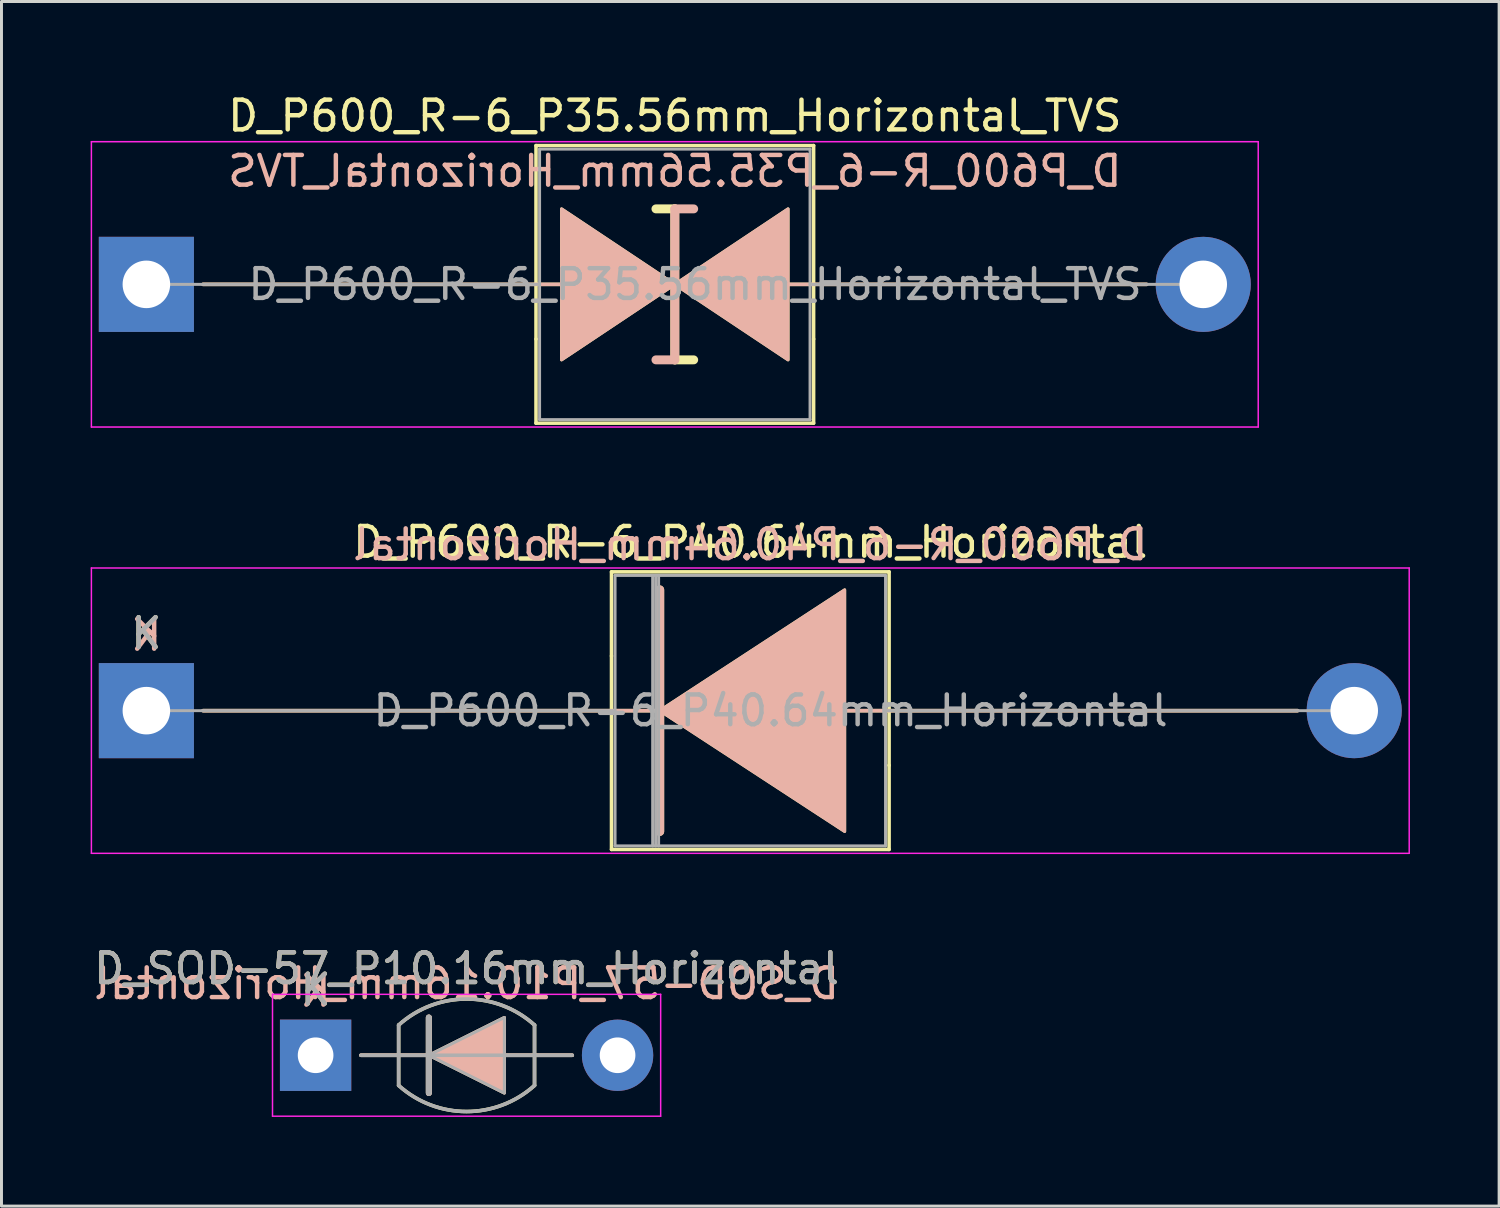
<source format=kicad_pcb>
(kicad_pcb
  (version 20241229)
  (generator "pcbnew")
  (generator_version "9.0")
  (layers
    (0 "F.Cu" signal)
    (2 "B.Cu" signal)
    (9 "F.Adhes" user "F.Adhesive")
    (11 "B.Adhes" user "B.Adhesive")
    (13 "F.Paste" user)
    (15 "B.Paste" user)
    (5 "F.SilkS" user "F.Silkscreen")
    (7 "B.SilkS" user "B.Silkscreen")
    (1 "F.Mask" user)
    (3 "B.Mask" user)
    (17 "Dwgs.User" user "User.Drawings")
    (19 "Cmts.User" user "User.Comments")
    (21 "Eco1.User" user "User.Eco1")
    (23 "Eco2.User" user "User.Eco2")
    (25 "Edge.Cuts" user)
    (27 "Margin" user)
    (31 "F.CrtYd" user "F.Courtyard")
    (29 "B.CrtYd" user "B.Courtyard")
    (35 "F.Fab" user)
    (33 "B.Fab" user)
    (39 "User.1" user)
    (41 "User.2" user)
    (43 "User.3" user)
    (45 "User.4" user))
  (footprint "D_P600_R-6_P35.56mm_Horizontal_TVS"
    (layer "F.Cu")
    (at 1.875 6.518)
    (property "Reference" "D_P600_R-6_P35.56mm_Horizontal_TVS" (at 17.78 -5.67 0) (layer "F.SilkS") (effects (font (size 1 1) (thickness 0.15))))
    (fp_line (start 1.905 0) (end 13.97 0) (stroke (width 0.12) (type solid)) (layer "F.SilkS"))
    (fp_line (start 13.11 -4.67) (end 22.45 -4.67) (stroke (width 0.12) (type solid)) (layer "F.SilkS"))
    (fp_line (start 13.11 1.84) (end 13.11 -4.67) (stroke (width 0.12) (type solid)) (layer "F.SilkS"))
    (fp_line (start 13.11 1.84) (end 13.11 4.67) (stroke (width 0.12) (type solid)) (layer "F.SilkS"))
    (fp_line (start 13.11 4.67) (end 22.45 4.67) (stroke (width 0.12) (type solid)) (layer "F.SilkS"))
    (fp_line (start 17.78 -2.54) (end 17.145 -2.54) (stroke (width 0.3) (type solid)) (layer "F.SilkS"))
    (fp_line (start 17.78 2.54) (end 17.78 -2.54) (stroke (width 0.3) (type solid)) (layer "F.SilkS"))
    (fp_line (start 18.415 2.54) (end 17.78 2.54) (stroke (width 0.3) (type solid)) (layer "F.SilkS"))
    (fp_line (start 22.45 -4.67) (end 22.45 1.84) (stroke (width 0.12) (type solid)) (layer "F.SilkS"))
    (fp_line (start 22.45 4.67) (end 22.45 1.84) (stroke (width 0.12) (type solid)) (layer "F.SilkS"))
    (fp_line (start 33.655 0) (end 21.59 0) (stroke (width 0.12) (type solid)) (layer "F.SilkS"))
    (fp_poly (pts (xy 17.78 0) (xy 13.97 2.54) (xy 13.97 -2.54)) (stroke (width 0.1) (type solid)) (fill yes) (layer "F.SilkS"))
    (fp_poly (pts (xy 17.78 0) (xy 21.59 -2.54) (xy 21.59 2.54)) (stroke (width 0.1) (type solid)) (fill yes) (layer "F.SilkS"))
    (fp_line (start 1.905 0) (end 13.97 0) (stroke (width 0.12) (type solid)) (layer "B.SilkS"))
    (fp_line (start 17.78 -2.54) (end 17.78 2.54) (stroke (width 0.3) (type solid)) (layer "B.SilkS"))
    (fp_line (start 17.78 2.54) (end 17.145 2.54) (stroke (width 0.3) (type solid)) (layer "B.SilkS"))
    (fp_line (start 18.415 -2.54) (end 17.78 -2.54) (stroke (width 0.3) (type solid)) (layer "B.SilkS"))
    (fp_line (start 33.655 0) (end 21.59 0) (stroke (width 0.12) (type solid)) (layer "B.SilkS"))
    (fp_poly (pts (xy 17.78 0) (xy 13.97 -2.54) (xy 13.97 2.54)) (stroke (width 0.1) (type solid)) (fill yes) (layer "B.SilkS"))
    (fp_poly (pts (xy 17.78 0) (xy 21.59 2.54) (xy 21.59 -2.54)) (stroke (width 0.1) (type solid)) (fill yes) (layer "B.SilkS"))
    (fp_line (start -1.85 -4.8) (end -1.85 4.8) (stroke (width 0.05) (type solid)) (layer "F.CrtYd"))
    (fp_line (start -1.85 4.8) (end 37.41 4.8) (stroke (width 0.05) (type solid)) (layer "F.CrtYd"))
    (fp_line (start 37.41 -4.8) (end -1.85 -4.8) (stroke (width 0.05) (type solid)) (layer "F.CrtYd"))
    (fp_line (start 37.41 4.8) (end 37.41 -4.8) (stroke (width 0.05) (type solid)) (layer "F.CrtYd"))
    (fp_line (start 0 0) (end 13.23 0) (stroke (width 0.1) (type solid)) (layer "F.Fab"))
    (fp_line (start 13.23 -4.55) (end 13.23 4.55) (stroke (width 0.1) (type solid)) (layer "F.Fab"))
    (fp_line (start 13.23 4.55) (end 22.33 4.55) (stroke (width 0.1) (type solid)) (layer "F.Fab"))
    (fp_line (start 22.33 -4.55) (end 13.23 -4.55) (stroke (width 0.1) (type solid)) (layer "F.Fab"))
    (fp_line (start 22.33 4.55) (end 22.33 -4.55) (stroke (width 0.1) (type solid)) (layer "F.Fab"))
    (fp_line (start 35.56 0) (end 22.33 0) (stroke (width 0.1) (type solid)) (layer "F.Fab"))
    (fp_text user "${REFERENCE}" (at 17.78 -3.81 0) (layer "B.SilkS") (effects (font (size 1 1) (thickness 0.15)) (justify mirror)))
    (fp_text user "${REFERENCE}" (at 18.462 0 0) (layer "F.Fab") (effects (font (size 1 1) (thickness 0.15))))
    (pad "1" thru_hole rect (at 0 0) (size 3.2 3.2) (drill 1.6) (layers "*.Cu" "*.Mask"))
    (pad "2" thru_hole oval (at 35.56 0) (size 3.2 3.2) (drill 1.6) (layers "*.Cu" "*.Mask")))
  (footprint "D_P600_R-6_P40.64mm_Horizontal"
    (layer "F.Cu")
    (at 1.875 20.861)
    (property "Reference" "D_P600_R-6_P40.64mm_Horizontal" (at 20.32 -5.67 0) (layer "F.SilkS") (effects (font (size 1 1) (thickness 0.15))))
    (fp_line (start 15.65 -4.67) (end 24.99 -4.67) (stroke (width 0.12) (type solid)) (layer "F.SilkS"))
    (fp_line (start 15.65 -1.84) (end 15.65 -4.67) (stroke (width 0.12) (type solid)) (layer "F.SilkS"))
    (fp_line (start 15.65 -1.84) (end 15.65 4.67) (stroke (width 0.12) (type solid)) (layer "F.SilkS"))
    (fp_line (start 15.65 4.67) (end 24.99 4.67) (stroke (width 0.12) (type solid)) (layer "F.SilkS"))
    (fp_line (start 17.145 0) (end 1.905 0) (stroke (width 0.12) (type solid)) (layer "F.SilkS"))
    (fp_line (start 17.272 -4.064) (end 17.272 4.064) (stroke (width 0.3) (type solid)) (layer "F.SilkS"))
    (fp_line (start 23.368 0) (end 38.735 0) (stroke (width 0.12) (type solid)) (layer "F.SilkS"))
    (fp_line (start 24.99 -4.67) (end 24.99 1.84) (stroke (width 0.12) (type solid)) (layer "F.SilkS"))
    (fp_line (start 24.99 4.67) (end 24.99 1.84) (stroke (width 0.12) (type solid)) (layer "F.SilkS"))
    (fp_poly (pts (xy 23.495 4.064) (xy 17.272 0) (xy 23.495 -4.064)) (stroke (width 0.1) (type solid)) (fill yes) (layer "F.SilkS"))
    (fp_line (start 17.145 0) (end 1.905 0) (stroke (width 0.12) (type solid)) (layer "B.SilkS"))
    (fp_line (start 17.272 4.064) (end 17.272 -4.064) (stroke (width 0.3) (type solid)) (layer "B.SilkS"))
    (fp_line (start 23.368 0) (end 38.735 0) (stroke (width 0.12) (type solid)) (layer "B.SilkS"))
    (fp_poly (pts (xy 23.495 -4.064) (xy 17.272 0) (xy 23.495 4.064)) (stroke (width 0.1) (type solid)) (fill yes) (layer "B.SilkS"))
    (fp_line (start -1.85 -4.8) (end -1.85 4.8) (stroke (width 0.05) (type solid)) (layer "F.CrtYd"))
    (fp_line (start -1.85 4.8) (end 42.49 4.8) (stroke (width 0.05) (type solid)) (layer "F.CrtYd"))
    (fp_line (start 42.49 -4.8) (end -1.85 -4.8) (stroke (width 0.05) (type solid)) (layer "F.CrtYd"))
    (fp_line (start 42.49 4.8) (end 42.49 -4.8) (stroke (width 0.05) (type solid)) (layer "F.CrtYd"))
    (fp_line (start 0 0) (end 15.77 0) (stroke (width 0.1) (type solid)) (layer "F.Fab"))
    (fp_line (start 15.77 -4.55) (end 15.77 4.55) (stroke (width 0.1) (type solid)) (layer "F.Fab"))
    (fp_line (start 15.77 4.55) (end 24.87 4.55) (stroke (width 0.1) (type solid)) (layer "F.Fab"))
    (fp_line (start 17.035 -4.55) (end 17.035 4.55) (stroke (width 0.1) (type solid)) (layer "F.Fab"))
    (fp_line (start 17.135 -4.55) (end 17.135 4.55) (stroke (width 0.1) (type solid)) (layer "F.Fab"))
    (fp_line (start 17.235 -4.55) (end 17.235 4.55) (stroke (width 0.1) (type solid)) (layer "F.Fab"))
    (fp_line (start 24.87 -4.55) (end 15.77 -4.55) (stroke (width 0.1) (type solid)) (layer "F.Fab"))
    (fp_line (start 24.87 4.55) (end 24.87 -4.55) (stroke (width 0.1) (type solid)) (layer "F.Fab"))
    (fp_line (start 40.64 0) (end 24.87 0) (stroke (width 0.1) (type solid)) (layer "F.Fab"))
    (fp_text user "K" (at 0 -2.6 0) (layer "F.SilkS") (effects (font (size 1 1) (thickness 0.15))))
    (fp_text user "K" (at 0 -2.54 0) (layer "B.SilkS") (effects (font (size 1 1) (thickness 0.15)) (justify mirror)))
    (fp_text user "${REFERENCE}" (at 20.32 -5.588 0) (layer "B.SilkS") (effects (font (size 1 1) (thickness 0.15)) (justify mirror)))
    (fp_text user "${REFERENCE}" (at 21.003 0 0) (layer "F.Fab") (effects (font (size 1 1) (thickness 0.15))))
    (fp_text user "K" (at 0 -2.6 0) (layer "F.Fab") (effects (font (size 1 1) (thickness 0.15))))
    (pad "1" thru_hole rect (at 0 0) (size 3.2 3.2) (drill 1.6) (layers "*.Cu" "*.Mask"))
    (pad "2" thru_hole oval (at 40.64 0) (size 3.2 3.2) (drill 1.6) (layers "*.Cu" "*.Mask")))
  (footprint "D_SOD-57_P10.16mm_Horizontal"
    (layer "F.Cu")
    (at 7.569 32.456)
    (property "Reference" "D_SOD-57_P10.16mm_Horizontal" (at 5.08 -2.92 0) (layer "F.SilkS") (effects (font (size 1 1) (thickness 0.15))))
    (fp_line (start 1.524 0) (end 8.636 0) (stroke (width 0.12) (type solid)) (layer "F.SilkS"))
    (fp_line (start 2.794 -1.016) (end 2.794 1.016) (stroke (width 0.12) (type solid)) (layer "F.SilkS"))
    (fp_line (start 3.81 1.27) (end 3.81 -1.27) (stroke (width 0.2) (type solid)) (layer "F.SilkS"))
    (fp_line (start 7.366 -1.016) (end 7.366 1.016) (stroke (width 0.12) (type solid)) (layer "F.SilkS"))
    (fp_arc (start 2.794 -1.016) (mid 5.079999 -1.89322) (end 7.365998 -1.016) (stroke (width 0.12) (type solid)) (layer "F.SilkS"))
    (fp_arc (start 7.366 1.016) (mid 5.080001 1.89322) (end 2.794002 1.016) (stroke (width 0.12) (type solid)) (layer "F.SilkS"))
    (fp_poly (pts (xy 6.35 1.27) (xy 3.81 0) (xy 6.35 -1.27)) (stroke (width 0.1) (type solid)) (fill yes) (layer "F.SilkS"))
    (fp_line (start 1.524 0) (end 8.636 0) (stroke (width 0.12) (type solid)) (layer "B.SilkS"))
    (fp_line (start 3.81 -1.27) (end 3.81 1.27) (stroke (width 0.2) (type solid)) (layer "B.SilkS"))
    (fp_poly (pts (xy 6.35 -1.27) (xy 3.81 0) (xy 6.35 1.27)) (stroke (width 0.1) (type solid)) (fill yes) (layer "B.SilkS"))
    (fp_line (start -1.45 -2.05) (end -1.45 2.05) (stroke (width 0.05) (type solid)) (layer "F.CrtYd"))
    (fp_line (start -1.45 2.05) (end 11.61 2.05) (stroke (width 0.05) (type solid)) (layer "F.CrtYd"))
    (fp_line (start 11.61 -2.05) (end -1.45 -2.05) (stroke (width 0.05) (type solid)) (layer "F.CrtYd"))
    (fp_line (start 11.61 2.05) (end 11.61 -2.05) (stroke (width 0.05) (type solid)) (layer "F.CrtYd"))
    (fp_line (start 1.524 0) (end 8.636 0) (stroke (width 0.12) (type solid)) (layer "F.Fab"))
    (fp_line (start 2.794 -1.016) (end 2.794 1.016) (stroke (width 0.12) (type solid)) (layer "F.Fab"))
    (fp_line (start 3.81 1.27) (end 3.81 -1.27) (stroke (width 0.2) (type solid)) (layer "F.Fab"))
    (fp_line (start 7.366 -1.016) (end 7.366 1.016) (stroke (width 0.12) (type solid)) (layer "F.Fab"))
    (fp_arc (start 2.794 -1.016) (mid 5.08037 -1.894241) (end 7.367132 -1.017021) (stroke (width 0.12) (type solid)) (layer "F.Fab"))
    (fp_arc (start 7.367134 1.014979) (mid 5.080764 1.89322) (end 2.794002 1.016) (stroke (width 0.12) (type solid)) (layer "F.Fab"))
    (fp_poly (pts (xy 6.35 1.27) (xy 3.81 0) (xy 6.35 -1.27)) (stroke (width 0.1) (type solid)) (fill no) (layer "F.Fab"))
    (fp_text user "K" (at 0 -2.2 0) (layer "F.SilkS") (effects (font (size 1 1) (thickness 0.15))))
    (fp_text user "K" (at 0 -2.159 0) (layer "B.SilkS") (effects (font (size 1 1) (thickness 0.15)) (justify mirror)))
    (fp_text user "${REFERENCE}" (at 5.08 -2.413 0) (layer "B.SilkS") (effects (font (size 1 1) (thickness 0.15)) (justify mirror)))
    (fp_text user "${REFERENCE}" (at 5.08 -2.921 0) (layer "F.Fab") (effects (font (size 1 1) (thickness 0.15))))
    (fp_text user "K" (at 0 -2.2 0) (layer "F.Fab") (effects (font (size 1 1) (thickness 0.15))))
    (pad "1" thru_hole rect (at 0 0) (size 2.4 2.4) (drill 1.2) (layers "*.Cu" "*.Mask"))
    (pad "2" thru_hole oval (at 10.16 0) (size 2.4 2.4) (drill 1.2) (layers "*.Cu" "*.Mask")))
  (gr_rect
    (start -3 -3)
    (end 47.39 37.531)
    (stroke (width 0.1) (type default))
    (fill no)
    (layer "Edge.Cuts")))
</source>
